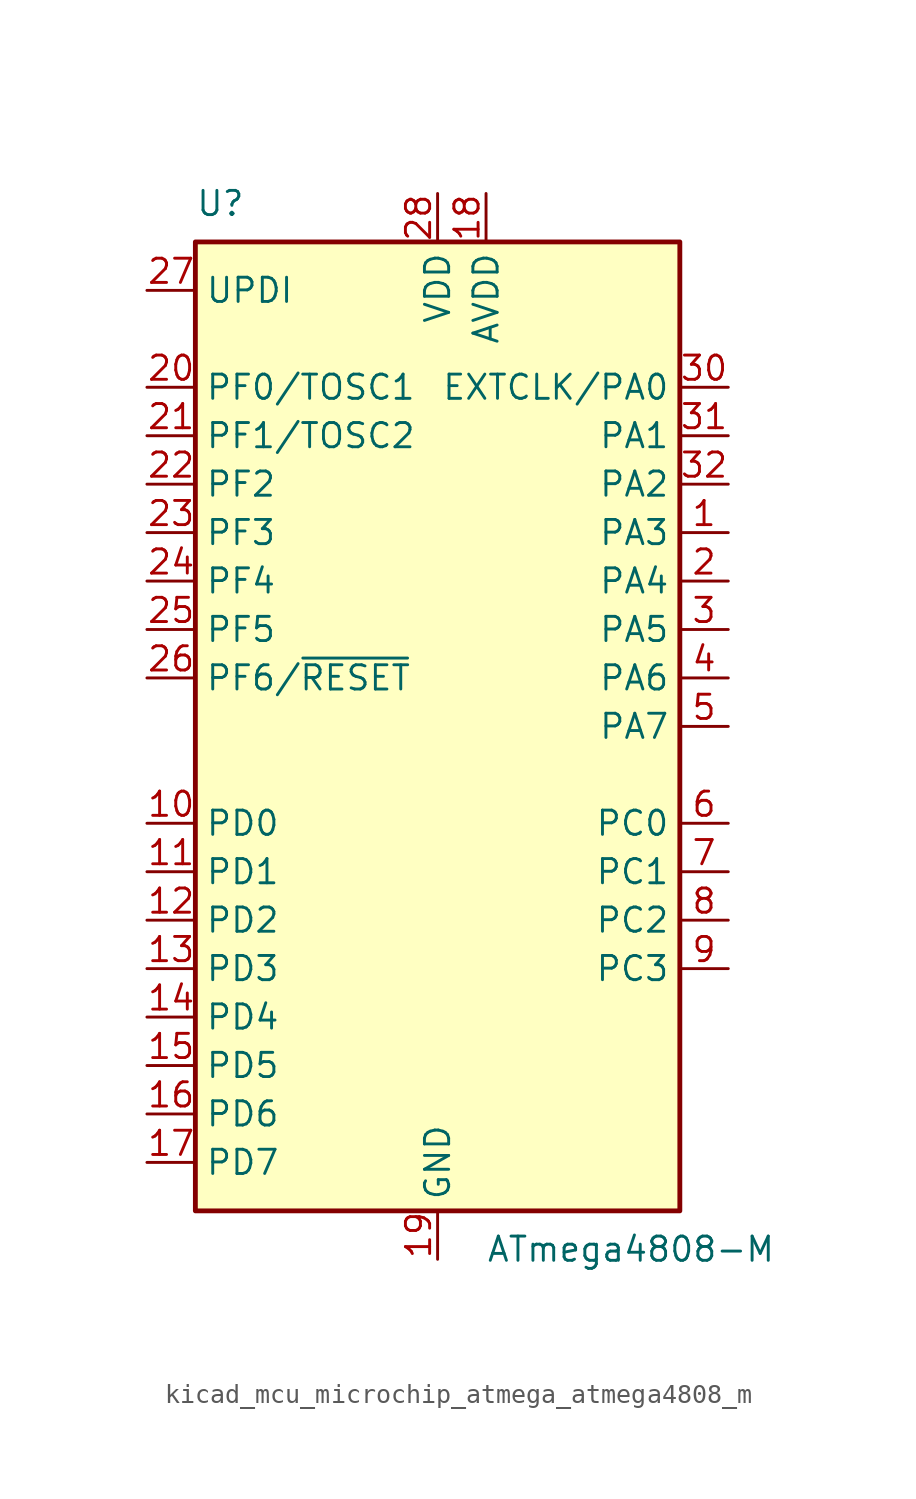
<source format=kicad_sym>
(kicad_symbol_lib
  (version 20220914)
  (generator kicad_symbol_editor)
  (symbol "kicad_mcu_microchip_atmega_atmega4808_m"
    (property "Reference" "U"
      (at -12.7 26.67 0)
      (effects (font (size 1.27 1.27)) (justify left bottom)))
    (property "Value" "ATmega4808-M"
      (at 2.54 -26.67 0)
      (effects (font (size 1.27 1.27)) (justify left top)))
    (symbol "kicad_mcu_microchip_atmega_atmega4808_m_0_1"
      (rectangle (start -12.7 -25.4) (end 12.7 25.4) (stroke (width 0.254) (type default)) (fill (type background))))
    (symbol "kicad_mcu_microchip_atmega_atmega4808_m_1_1"
      (pin bidirectional line (at 15.24 10.16 180) (length 2.54) (name "PA3" (effects (font (size 1.27 1.27)))) (number "1" (effects (font (size 1.27 1.27)))))
      (pin bidirectional line (at -15.24 -5.08 0) (length 2.54) (name "PD0" (effects (font (size 1.27 1.27)))) (number "10" (effects (font (size 1.27 1.27)))))
      (pin bidirectional line (at -15.24 -7.62 0) (length 2.54) (name "PD1" (effects (font (size 1.27 1.27)))) (number "11" (effects (font (size 1.27 1.27)))))
      (pin bidirectional line (at -15.24 -10.16 0) (length 2.54) (name "PD2" (effects (font (size 1.27 1.27)))) (number "12" (effects (font (size 1.27 1.27)))))
      (pin bidirectional line (at -15.24 -12.7 0) (length 2.54) (name "PD3" (effects (font (size 1.27 1.27)))) (number "13" (effects (font (size 1.27 1.27)))))
      (pin bidirectional line (at -15.24 -15.24 0) (length 2.54) (name "PD4" (effects (font (size 1.27 1.27)))) (number "14" (effects (font (size 1.27 1.27)))))
      (pin bidirectional line (at -15.24 -17.78 0) (length 2.54) (name "PD5" (effects (font (size 1.27 1.27)))) (number "15" (effects (font (size 1.27 1.27)))))
      (pin bidirectional line (at -15.24 -20.32 0) (length 2.54) (name "PD6" (effects (font (size 1.27 1.27)))) (number "16" (effects (font (size 1.27 1.27)))))
      (pin bidirectional line (at -15.24 -22.86 0) (length 2.54) (name "PD7" (effects (font (size 1.27 1.27)))) (number "17" (effects (font (size 1.27 1.27)))))
      (pin power_in line (at 2.54 27.94 270) (length 2.54) (name "AVDD" (effects (font (size 1.27 1.27)))) (number "18" (effects (font (size 1.27 1.27)))))
      (pin power_in line (at 0 -27.94 90) (length 2.54) (name "GND" (effects (font (size 1.27 1.27)))) (number "19" (effects (font (size 1.27 1.27)))))
      (pin bidirectional line (at 15.24 7.62 180) (length 2.54) (name "PA4" (effects (font (size 1.27 1.27)))) (number "2" (effects (font (size 1.27 1.27)))))
      (pin bidirectional line (at -15.24 17.78 0) (length 2.54) (name "PF0/TOSC1" (effects (font (size 1.27 1.27)))) (number "20" (effects (font (size 1.27 1.27)))))
      (pin bidirectional line (at -15.24 15.24 0) (length 2.54) (name "PF1/TOSC2" (effects (font (size 1.27 1.27)))) (number "21" (effects (font (size 1.27 1.27)))))
      (pin bidirectional line (at -15.24 12.7 0) (length 2.54) (name "PF2" (effects (font (size 1.27 1.27)))) (number "22" (effects (font (size 1.27 1.27)))))
      (pin bidirectional line (at -15.24 10.16 0) (length 2.54) (name "PF3" (effects (font (size 1.27 1.27)))) (number "23" (effects (font (size 1.27 1.27)))))
      (pin bidirectional line (at -15.24 7.62 0) (length 2.54) (name "PF4" (effects (font (size 1.27 1.27)))) (number "24" (effects (font (size 1.27 1.27)))))
      (pin bidirectional line (at -15.24 5.08 0) (length 2.54) (name "PF5" (effects (font (size 1.27 1.27)))) (number "25" (effects (font (size 1.27 1.27)))))
      (pin bidirectional line (at -15.24 2.54 0) (length 2.54) (name "PF6/~{RESET}" (effects (font (size 1.27 1.27)))) (number "26" (effects (font (size 1.27 1.27)))))
      (pin bidirectional line (at -15.24 22.86 0) (length 2.54) (name "UPDI" (effects (font (size 1.27 1.27)))) (number "27" (effects (font (size 1.27 1.27)))))
      (pin power_in line (at 0 27.94 270) (length 2.54) (name "VDD" (effects (font (size 1.27 1.27)))) (number "28" (effects (font (size 1.27 1.27)))))
      (pin passive line (at 0 -27.94 90) (length 2.54) hide (name "GND" (effects (font (size 1.27 1.27)))) (number "29" (effects (font (size 1.27 1.27)))))
      (pin bidirectional line (at 15.24 5.08 180) (length 2.54) (name "PA5" (effects (font (size 1.27 1.27)))) (number "3" (effects (font (size 1.27 1.27)))))
      (pin bidirectional line (at 15.24 17.78 180) (length 2.54) (name "EXTCLK/PA0" (effects (font (size 1.27 1.27)))) (number "30" (effects (font (size 1.27 1.27)))))
      (pin bidirectional line (at 15.24 15.24 180) (length 2.54) (name "PA1" (effects (font (size 1.27 1.27)))) (number "31" (effects (font (size 1.27 1.27)))))
      (pin bidirectional line (at 15.24 12.7 180) (length 2.54) (name "PA2" (effects (font (size 1.27 1.27)))) (number "32" (effects (font (size 1.27 1.27)))))
      (pin passive line (at 0 -27.94 90) (length 2.54) hide (name "GND" (effects (font (size 1.27 1.27)))) (number "33" (effects (font (size 1.27 1.27)))))
      (pin bidirectional line (at 15.24 2.54 180) (length 2.54) (name "PA6" (effects (font (size 1.27 1.27)))) (number "4" (effects (font (size 1.27 1.27)))))
      (pin bidirectional line (at 15.24 0 180) (length 2.54) (name "PA7" (effects (font (size 1.27 1.27)))) (number "5" (effects (font (size 1.27 1.27)))))
      (pin bidirectional line (at 15.24 -5.08 180) (length 2.54) (name "PC0" (effects (font (size 1.27 1.27)))) (number "6" (effects (font (size 1.27 1.27)))))
      (pin bidirectional line (at 15.24 -7.62 180) (length 2.54) (name "PC1" (effects (font (size 1.27 1.27)))) (number "7" (effects (font (size 1.27 1.27)))))
      (pin bidirectional line (at 15.24 -10.16 180) (length 2.54) (name "PC2" (effects (font (size 1.27 1.27)))) (number "8" (effects (font (size 1.27 1.27)))))
      (pin bidirectional line (at 15.24 -12.7 180) (length 2.54) (name "PC3" (effects (font (size 1.27 1.27)))) (number "9" (effects (font (size 1.27 1.27))))))))
</source>
